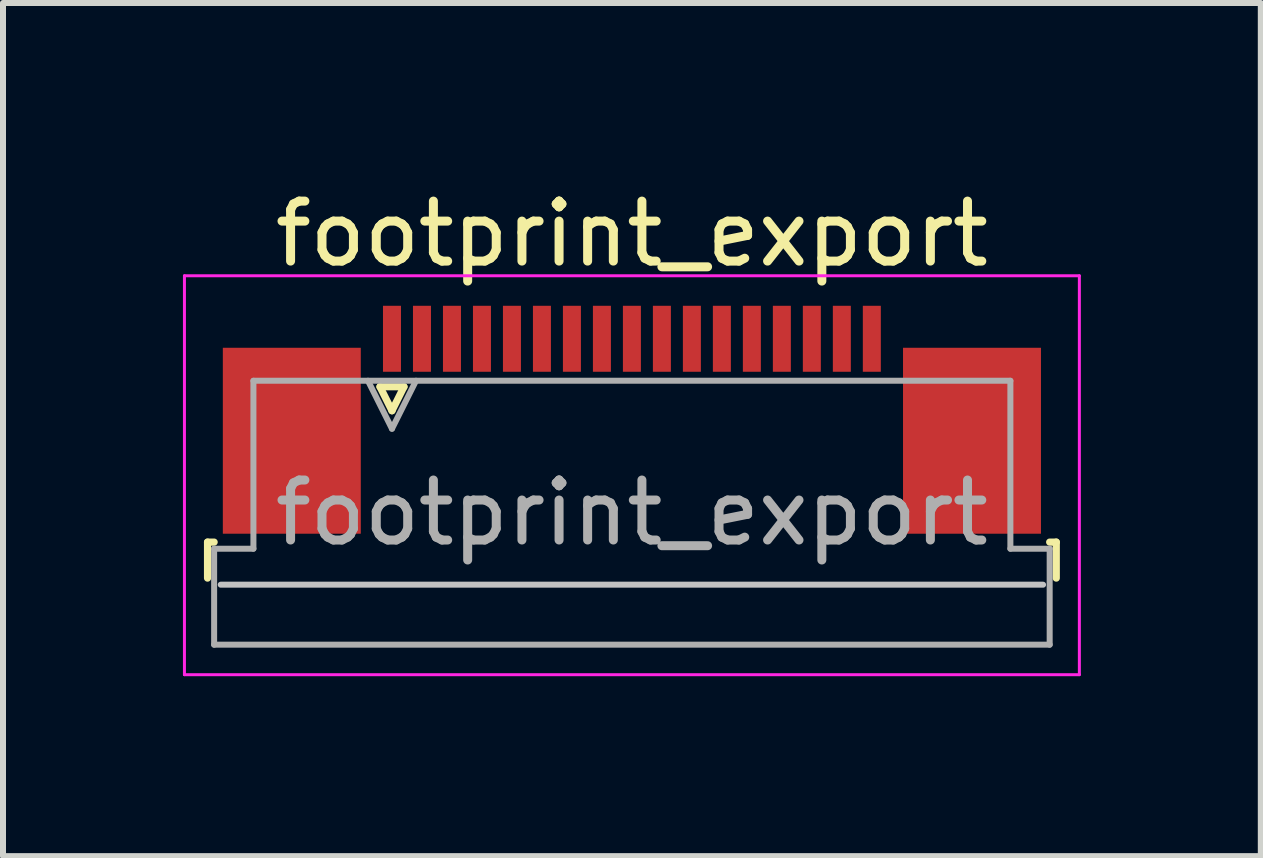
<source format=kicad_pcb>
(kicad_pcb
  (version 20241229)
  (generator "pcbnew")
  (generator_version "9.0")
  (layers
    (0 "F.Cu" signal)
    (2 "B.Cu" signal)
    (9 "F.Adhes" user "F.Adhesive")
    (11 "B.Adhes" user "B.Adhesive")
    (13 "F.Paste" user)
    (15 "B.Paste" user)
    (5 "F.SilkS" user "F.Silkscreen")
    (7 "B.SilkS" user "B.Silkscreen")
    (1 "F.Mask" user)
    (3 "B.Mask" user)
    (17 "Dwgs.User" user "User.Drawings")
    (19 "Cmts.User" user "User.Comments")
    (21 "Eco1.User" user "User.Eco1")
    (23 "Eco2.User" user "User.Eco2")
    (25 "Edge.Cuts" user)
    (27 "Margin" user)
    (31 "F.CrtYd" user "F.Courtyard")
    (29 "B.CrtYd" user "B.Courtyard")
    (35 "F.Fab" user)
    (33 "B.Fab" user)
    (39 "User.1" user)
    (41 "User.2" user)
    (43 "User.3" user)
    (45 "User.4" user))
  (footprint "footprint_export"
    (layer "F.Cu")
    (at 7.485 3.948)
    (property "Reference" "footprint_export" (at 0 -3.1 0) (layer "F.SilkS") (effects (font (size 1 1) (thickness 0.15))))
    (attr smd)
    (fp_line (start -7.075 2.04) (end -7.075 2.64) (stroke (width 0.12) (type solid)) (layer "F.SilkS"))
    (fp_line (start -6.965 2.04) (end -7.075 2.04) (stroke (width 0.12) (type solid)) (layer "F.SilkS"))
    (fp_line (start -4.2 -0.55) (end -4 -0.15) (stroke (width 0.12) (type solid)) (layer "F.SilkS"))
    (fp_line (start -4 -0.15) (end -3.8 -0.55) (stroke (width 0.12) (type solid)) (layer "F.SilkS"))
    (fp_line (start -3.8 -0.55) (end -4.2 -0.55) (stroke (width 0.12) (type solid)) (layer "F.SilkS"))
    (fp_line (start 6.965 2.04) (end 7.075 2.04) (stroke (width 0.12) (type solid)) (layer "F.SilkS"))
    (fp_line (start 7.075 2.04) (end 7.075 2.64) (stroke (width 0.12) (type solid)) (layer "F.SilkS"))
    (fp_line (start 6.855 2.75) (end -6.855 2.75) (stroke (width 0.1) (type solid)) (layer "Dwgs.User"))
    (fp_line (start -7.46 -2.4) (end -7.46 4.25) (stroke (width 0.05) (type solid)) (layer "F.CrtYd"))
    (fp_line (start -7.46 4.25) (end 7.46 4.25) (stroke (width 0.05) (type solid)) (layer "F.CrtYd"))
    (fp_line (start 7.46 -2.4) (end -7.46 -2.4) (stroke (width 0.05) (type solid)) (layer "F.CrtYd"))
    (fp_line (start 7.46 4.25) (end 7.46 -2.4) (stroke (width 0.05) (type solid)) (layer "F.CrtYd"))
    (fp_line (start -6.965 2.15) (end -6.31 2.15) (stroke (width 0.1) (type solid)) (layer "F.Fab"))
    (fp_line (start -6.965 3.75) (end -6.965 2.15) (stroke (width 0.1) (type solid)) (layer "F.Fab"))
    (fp_line (start -6.31 -0.65) (end 6.31 -0.65) (stroke (width 0.1) (type solid)) (layer "F.Fab"))
    (fp_line (start -6.31 2.15) (end -6.31 -0.65) (stroke (width 0.1) (type solid)) (layer "F.Fab"))
    (fp_line (start -4.4 -0.65) (end -4 0.15) (stroke (width 0.1) (type solid)) (layer "F.Fab"))
    (fp_line (start -4 0.15) (end -3.6 -0.65) (stroke (width 0.1) (type solid)) (layer "F.Fab"))
    (fp_line (start 6.31 -0.65) (end 6.31 2.15) (stroke (width 0.1) (type solid)) (layer "F.Fab"))
    (fp_line (start 6.31 2.15) (end 6.965 2.15) (stroke (width 0.1) (type solid)) (layer "F.Fab"))
    (fp_line (start 6.965 2.15) (end 6.965 3.75) (stroke (width 0.1) (type solid)) (layer "F.Fab"))
    (fp_line (start 6.965 3.75) (end -6.965 3.75) (stroke (width 0.1) (type solid)) (layer "F.Fab"))
    (fp_text user "${REFERENCE}" (at 0 1.55 0) (layer "F.Fab") (effects (font (size 1 1) (thickness 0.15))))
    (pad "1" smd rect (at -4 -1.35) (size 0.3 1.1) (layers "F.Cu" "F.Mask" "F.Paste"))
    (pad "2" smd rect (at -3.5 -1.35) (size 0.3 1.1) (layers "F.Cu" "F.Mask" "F.Paste"))
    (pad "3" smd rect (at -3 -1.35) (size 0.3 1.1) (layers "F.Cu" "F.Mask" "F.Paste"))
    (pad "4" smd rect (at -2.5 -1.35) (size 0.3 1.1) (layers "F.Cu" "F.Mask" "F.Paste"))
    (pad "5" smd rect (at -2 -1.35) (size 0.3 1.1) (layers "F.Cu" "F.Mask" "F.Paste"))
    (pad "6" smd rect (at -1.5 -1.35) (size 0.3 1.1) (layers "F.Cu" "F.Mask" "F.Paste"))
    (pad "7" smd rect (at -1 -1.35) (size 0.3 1.1) (layers "F.Cu" "F.Mask" "F.Paste"))
    (pad "8" smd rect (at -0.5 -1.35) (size 0.3 1.1) (layers "F.Cu" "F.Mask" "F.Paste"))
    (pad "9" smd rect (at 0 -1.35) (size 0.3 1.1) (layers "F.Cu" "F.Mask" "F.Paste"))
    (pad "10" smd rect (at 0.5 -1.35) (size 0.3 1.1) (layers "F.Cu" "F.Mask" "F.Paste"))
    (pad "11" smd rect (at 1 -1.35) (size 0.3 1.1) (layers "F.Cu" "F.Mask" "F.Paste"))
    (pad "12" smd rect (at 1.5 -1.35) (size 0.3 1.1) (layers "F.Cu" "F.Mask" "F.Paste"))
    (pad "13" smd rect (at 2 -1.35) (size 0.3 1.1) (layers "F.Cu" "F.Mask" "F.Paste"))
    (pad "14" smd rect (at 2.5 -1.35) (size 0.3 1.1) (layers "F.Cu" "F.Mask" "F.Paste"))
    (pad "15" smd rect (at 3 -1.35) (size 0.3 1.1) (layers "F.Cu" "F.Mask" "F.Paste"))
    (pad "16" smd rect (at 3.5 -1.35) (size 0.3 1.1) (layers "F.Cu" "F.Mask" "F.Paste"))
    (pad "17" smd rect (at 4 -1.35) (size 0.3 1.1) (layers "F.Cu" "F.Mask" "F.Paste"))
    (pad "MP" smd rect (at -5.67 0.35) (size 2.3 3.1) (layers "F.Cu" "F.Mask" "F.Paste"))
    (pad "MP" smd rect (at 5.67 0.35) (size 2.3 3.1) (layers "F.Cu" "F.Mask" "F.Paste")))
  (gr_rect
    (start -3 -3)
    (end 17.97 11.223)
    (stroke (width 0.1) (type default))
    (fill no)
    (layer "Edge.Cuts")))
</source>
